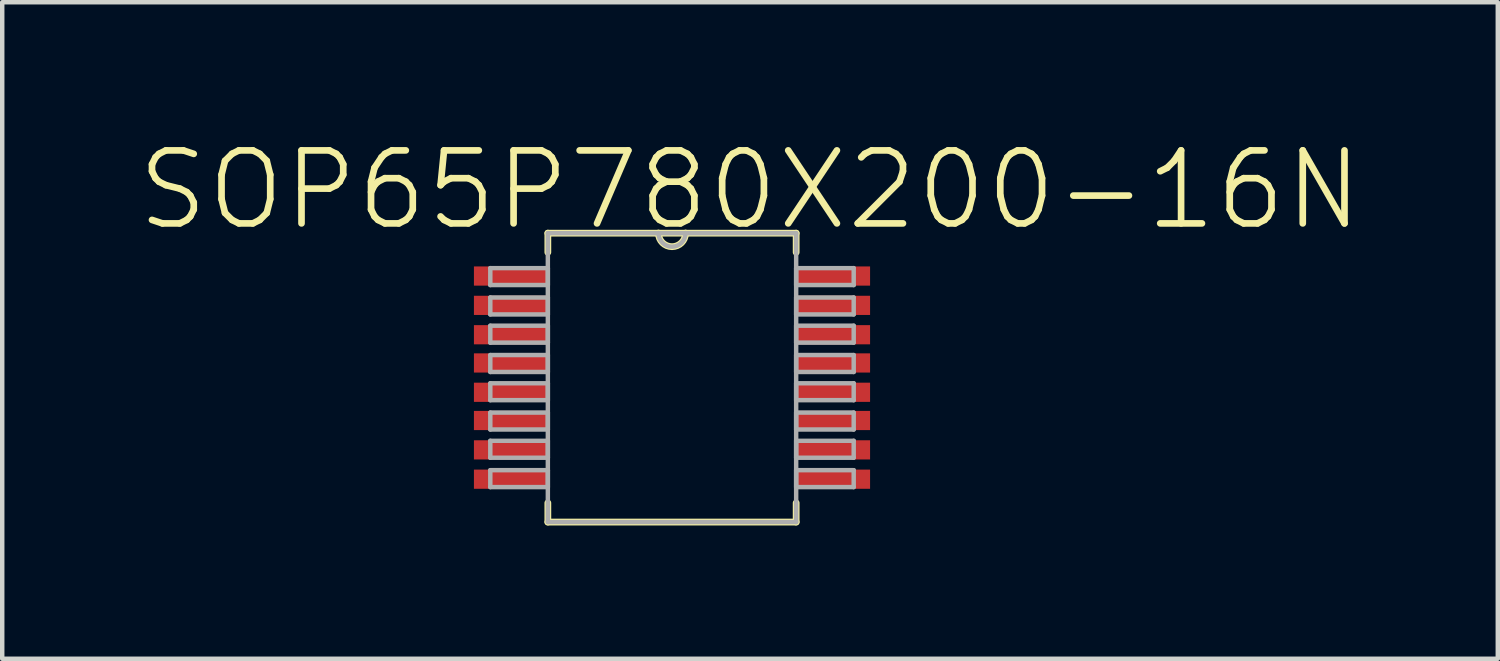
<source format=kicad_pcb>
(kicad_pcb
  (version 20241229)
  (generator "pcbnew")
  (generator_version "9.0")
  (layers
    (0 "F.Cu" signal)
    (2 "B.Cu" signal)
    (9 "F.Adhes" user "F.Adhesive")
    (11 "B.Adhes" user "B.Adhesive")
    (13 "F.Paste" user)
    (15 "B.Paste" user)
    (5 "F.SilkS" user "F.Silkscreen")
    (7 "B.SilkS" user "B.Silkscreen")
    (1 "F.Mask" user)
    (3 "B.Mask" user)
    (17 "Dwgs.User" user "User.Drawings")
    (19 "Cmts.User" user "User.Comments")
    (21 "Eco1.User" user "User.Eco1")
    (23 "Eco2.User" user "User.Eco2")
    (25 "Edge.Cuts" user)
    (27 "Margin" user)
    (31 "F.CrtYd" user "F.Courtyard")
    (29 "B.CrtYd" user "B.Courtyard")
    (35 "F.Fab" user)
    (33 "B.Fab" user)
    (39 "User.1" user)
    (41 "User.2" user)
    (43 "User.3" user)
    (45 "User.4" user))
  (footprint "SOP65P780X200-16N"
    (layer "F.Cu")
    (at 12.073 5.448)
    (property "Reference" "SOP65P780X200-16N" (at 1.755 -4.223 0) (layer "F.SilkS") (effects (font (size 1.643 1.643) (thickness 0.15))))
    (attr smd)
    (fp_line (start -2.794 -3.251) (end -2.794 -2.819) (stroke (width 0.152) (type solid)) (layer "F.SilkS"))
    (fp_line (start -2.794 2.819) (end -2.794 3.251) (stroke (width 0.152) (type solid)) (layer "F.SilkS"))
    (fp_line (start -2.794 3.251) (end 2.794 3.251) (stroke (width 0.152) (type solid)) (layer "F.SilkS"))
    (fp_line (start -0.305 -3.251) (end -2.794 -3.251) (stroke (width 0.152) (type solid)) (layer "F.SilkS"))
    (fp_line (start 0.305 -3.251) (end -0.305 -3.251) (stroke (width 0.152) (type solid)) (layer "F.SilkS"))
    (fp_line (start 2.794 -3.251) (end 0.305 -3.251) (stroke (width 0.152) (type solid)) (layer "F.SilkS"))
    (fp_line (start 2.794 -2.819) (end 2.794 -3.251) (stroke (width 0.152) (type solid)) (layer "F.SilkS"))
    (fp_line (start 2.794 3.251) (end 2.794 2.819) (stroke (width 0.152) (type solid)) (layer "F.SilkS"))
    (fp_arc (start 0.3048 -3.2512) (mid 0 -2.9464) (end -0.3048 -3.2512) (stroke (width 0.1524) (type solid)) (layer "F.SilkS"))
    (fp_line (start -4.089 -2.464) (end -4.089 -2.083) (stroke (width 0.1) (type solid)) (layer "F.Fab"))
    (fp_line (start -4.089 -2.083) (end -2.794 -2.083) (stroke (width 0.1) (type solid)) (layer "F.Fab"))
    (fp_line (start -4.089 -1.803) (end -4.089 -1.422) (stroke (width 0.1) (type solid)) (layer "F.Fab"))
    (fp_line (start -4.089 -1.422) (end -2.794 -1.422) (stroke (width 0.1) (type solid)) (layer "F.Fab"))
    (fp_line (start -4.089 -1.168) (end -4.089 -0.787) (stroke (width 0.1) (type solid)) (layer "F.Fab"))
    (fp_line (start -4.089 -0.787) (end -2.794 -0.787) (stroke (width 0.1) (type solid)) (layer "F.Fab"))
    (fp_line (start -4.089 -0.508) (end -4.089 -0.127) (stroke (width 0.1) (type solid)) (layer "F.Fab"))
    (fp_line (start -4.089 -0.127) (end -2.794 -0.127) (stroke (width 0.1) (type solid)) (layer "F.Fab"))
    (fp_line (start -4.089 0.127) (end -4.089 0.508) (stroke (width 0.1) (type solid)) (layer "F.Fab"))
    (fp_line (start -4.089 0.508) (end -2.794 0.508) (stroke (width 0.1) (type solid)) (layer "F.Fab"))
    (fp_line (start -4.089 0.787) (end -4.089 1.168) (stroke (width 0.1) (type solid)) (layer "F.Fab"))
    (fp_line (start -4.089 1.168) (end -2.794 1.168) (stroke (width 0.1) (type solid)) (layer "F.Fab"))
    (fp_line (start -4.089 1.422) (end -4.089 1.803) (stroke (width 0.1) (type solid)) (layer "F.Fab"))
    (fp_line (start -4.089 1.803) (end -2.794 1.803) (stroke (width 0.1) (type solid)) (layer "F.Fab"))
    (fp_line (start -4.089 2.083) (end -4.089 2.464) (stroke (width 0.1) (type solid)) (layer "F.Fab"))
    (fp_line (start -4.089 2.464) (end -2.794 2.464) (stroke (width 0.1) (type solid)) (layer "F.Fab"))
    (fp_line (start -2.794 -3.251) (end -2.794 3.251) (stroke (width 0.1) (type solid)) (layer "F.Fab"))
    (fp_line (start -2.794 -2.464) (end -4.089 -2.464) (stroke (width 0.1) (type solid)) (layer "F.Fab"))
    (fp_line (start -2.794 -2.083) (end -2.794 -2.464) (stroke (width 0.1) (type solid)) (layer "F.Fab"))
    (fp_line (start -2.794 -1.803) (end -4.089 -1.803) (stroke (width 0.1) (type solid)) (layer "F.Fab"))
    (fp_line (start -2.794 -1.422) (end -2.794 -1.803) (stroke (width 0.1) (type solid)) (layer "F.Fab"))
    (fp_line (start -2.794 -1.168) (end -4.089 -1.168) (stroke (width 0.1) (type solid)) (layer "F.Fab"))
    (fp_line (start -2.794 -0.787) (end -2.794 -1.168) (stroke (width 0.1) (type solid)) (layer "F.Fab"))
    (fp_line (start -2.794 -0.508) (end -4.089 -0.508) (stroke (width 0.1) (type solid)) (layer "F.Fab"))
    (fp_line (start -2.794 -0.127) (end -2.794 -0.508) (stroke (width 0.1) (type solid)) (layer "F.Fab"))
    (fp_line (start -2.794 0.127) (end -4.089 0.127) (stroke (width 0.1) (type solid)) (layer "F.Fab"))
    (fp_line (start -2.794 0.508) (end -2.794 0.127) (stroke (width 0.1) (type solid)) (layer "F.Fab"))
    (fp_line (start -2.794 0.787) (end -4.089 0.787) (stroke (width 0.1) (type solid)) (layer "F.Fab"))
    (fp_line (start -2.794 1.168) (end -2.794 0.787) (stroke (width 0.1) (type solid)) (layer "F.Fab"))
    (fp_line (start -2.794 1.422) (end -4.089 1.422) (stroke (width 0.1) (type solid)) (layer "F.Fab"))
    (fp_line (start -2.794 1.803) (end -2.794 1.422) (stroke (width 0.1) (type solid)) (layer "F.Fab"))
    (fp_line (start -2.794 2.083) (end -4.089 2.083) (stroke (width 0.1) (type solid)) (layer "F.Fab"))
    (fp_line (start -2.794 2.464) (end -2.794 2.083) (stroke (width 0.1) (type solid)) (layer "F.Fab"))
    (fp_line (start -2.794 3.251) (end 2.794 3.251) (stroke (width 0.1) (type solid)) (layer "F.Fab"))
    (fp_line (start -0.305 -3.251) (end -2.794 -3.251) (stroke (width 0.1) (type solid)) (layer "F.Fab"))
    (fp_line (start 0.305 -3.251) (end -0.305 -3.251) (stroke (width 0.1) (type solid)) (layer "F.Fab"))
    (fp_line (start 2.794 -3.251) (end 0.305 -3.251) (stroke (width 0.1) (type solid)) (layer "F.Fab"))
    (fp_line (start 2.794 -2.464) (end 2.794 -2.083) (stroke (width 0.1) (type solid)) (layer "F.Fab"))
    (fp_line (start 2.794 -2.083) (end 4.089 -2.083) (stroke (width 0.1) (type solid)) (layer "F.Fab"))
    (fp_line (start 2.794 -1.803) (end 2.794 -1.422) (stroke (width 0.1) (type solid)) (layer "F.Fab"))
    (fp_line (start 2.794 -1.422) (end 4.089 -1.422) (stroke (width 0.1) (type solid)) (layer "F.Fab"))
    (fp_line (start 2.794 -1.168) (end 2.794 -0.787) (stroke (width 0.1) (type solid)) (layer "F.Fab"))
    (fp_line (start 2.794 -0.787) (end 4.089 -0.787) (stroke (width 0.1) (type solid)) (layer "F.Fab"))
    (fp_line (start 2.794 -0.508) (end 2.794 -0.127) (stroke (width 0.1) (type solid)) (layer "F.Fab"))
    (fp_line (start 2.794 -0.127) (end 4.089 -0.127) (stroke (width 0.1) (type solid)) (layer "F.Fab"))
    (fp_line (start 2.794 0.127) (end 2.794 0.508) (stroke (width 0.1) (type solid)) (layer "F.Fab"))
    (fp_line (start 2.794 0.508) (end 4.089 0.508) (stroke (width 0.1) (type solid)) (layer "F.Fab"))
    (fp_line (start 2.794 0.787) (end 2.794 1.168) (stroke (width 0.1) (type solid)) (layer "F.Fab"))
    (fp_line (start 2.794 1.168) (end 4.089 1.168) (stroke (width 0.1) (type solid)) (layer "F.Fab"))
    (fp_line (start 2.794 1.422) (end 2.794 1.803) (stroke (width 0.1) (type solid)) (layer "F.Fab"))
    (fp_line (start 2.794 1.803) (end 4.089 1.803) (stroke (width 0.1) (type solid)) (layer "F.Fab"))
    (fp_line (start 2.794 2.083) (end 2.794 2.464) (stroke (width 0.1) (type solid)) (layer "F.Fab"))
    (fp_line (start 2.794 2.464) (end 4.089 2.464) (stroke (width 0.1) (type solid)) (layer "F.Fab"))
    (fp_line (start 2.794 3.251) (end 2.794 -3.251) (stroke (width 0.1) (type solid)) (layer "F.Fab"))
    (fp_line (start 4.089 -2.464) (end 2.794 -2.464) (stroke (width 0.1) (type solid)) (layer "F.Fab"))
    (fp_line (start 4.089 -2.083) (end 4.089 -2.464) (stroke (width 0.1) (type solid)) (layer "F.Fab"))
    (fp_line (start 4.089 -1.803) (end 2.794 -1.803) (stroke (width 0.1) (type solid)) (layer "F.Fab"))
    (fp_line (start 4.089 -1.422) (end 4.089 -1.803) (stroke (width 0.1) (type solid)) (layer "F.Fab"))
    (fp_line (start 4.089 -1.168) (end 2.794 -1.168) (stroke (width 0.1) (type solid)) (layer "F.Fab"))
    (fp_line (start 4.089 -0.787) (end 4.089 -1.168) (stroke (width 0.1) (type solid)) (layer "F.Fab"))
    (fp_line (start 4.089 -0.508) (end 2.794 -0.508) (stroke (width 0.1) (type solid)) (layer "F.Fab"))
    (fp_line (start 4.089 -0.127) (end 4.089 -0.508) (stroke (width 0.1) (type solid)) (layer "F.Fab"))
    (fp_line (start 4.089 0.127) (end 2.794 0.127) (stroke (width 0.1) (type solid)) (layer "F.Fab"))
    (fp_line (start 4.089 0.508) (end 4.089 0.127) (stroke (width 0.1) (type solid)) (layer "F.Fab"))
    (fp_line (start 4.089 0.787) (end 2.794 0.787) (stroke (width 0.1) (type solid)) (layer "F.Fab"))
    (fp_line (start 4.089 1.168) (end 4.089 0.787) (stroke (width 0.1) (type solid)) (layer "F.Fab"))
    (fp_line (start 4.089 1.422) (end 2.794 1.422) (stroke (width 0.1) (type solid)) (layer "F.Fab"))
    (fp_line (start 4.089 1.803) (end 4.089 1.422) (stroke (width 0.1) (type solid)) (layer "F.Fab"))
    (fp_line (start 4.089 2.083) (end 2.794 2.083) (stroke (width 0.1) (type solid)) (layer "F.Fab"))
    (fp_line (start 4.089 2.464) (end 4.089 2.083) (stroke (width 0.1) (type solid)) (layer "F.Fab"))
    (fp_arc (start 0.3048 -3.2512) (mid 0 -2.9464) (end -0.3048 -3.2512) (stroke (width 0.1) (type solid)) (layer "F.Fab"))
    (pad "1" smd rect (at -3.632 -2.286) (size 1.651 0.432) (layers "F.Cu" "F.Mask" "F.Paste"))
    (pad "2" smd rect (at -3.632 -1.626) (size 1.651 0.432) (layers "F.Cu" "F.Mask" "F.Paste"))
    (pad "3" smd rect (at -3.632 -0.965) (size 1.651 0.432) (layers "F.Cu" "F.Mask" "F.Paste"))
    (pad "4" smd rect (at -3.632 -0.33) (size 1.651 0.432) (layers "F.Cu" "F.Mask" "F.Paste"))
    (pad "5" smd rect (at -3.632 0.33) (size 1.651 0.432) (layers "F.Cu" "F.Mask" "F.Paste"))
    (pad "6" smd rect (at -3.632 0.965) (size 1.651 0.432) (layers "F.Cu" "F.Mask" "F.Paste"))
    (pad "7" smd rect (at -3.632 1.626) (size 1.651 0.432) (layers "F.Cu" "F.Mask" "F.Paste"))
    (pad "8" smd rect (at -3.632 2.286) (size 1.651 0.432) (layers "F.Cu" "F.Mask" "F.Paste"))
    (pad "9" smd rect (at 3.632 2.286) (size 1.651 0.432) (layers "F.Cu" "F.Mask" "F.Paste"))
    (pad "10" smd rect (at 3.632 1.626) (size 1.651 0.432) (layers "F.Cu" "F.Mask" "F.Paste"))
    (pad "11" smd rect (at 3.632 0.965) (size 1.651 0.432) (layers "F.Cu" "F.Mask" "F.Paste"))
    (pad "12" smd rect (at 3.632 0.33) (size 1.651 0.432) (layers "F.Cu" "F.Mask" "F.Paste"))
    (pad "13" smd rect (at 3.632 -0.33) (size 1.651 0.432) (layers "F.Cu" "F.Mask" "F.Paste"))
    (pad "14" smd rect (at 3.632 -0.965) (size 1.651 0.432) (layers "F.Cu" "F.Mask" "F.Paste"))
    (pad "15" smd rect (at 3.632 -1.626) (size 1.651 0.432) (layers "F.Cu" "F.Mask" "F.Paste"))
    (pad "16" smd rect (at 3.632 -2.286) (size 1.651 0.432) (layers "F.Cu" "F.Mask" "F.Paste")))
  (gr_rect
    (start -3 -3)
    (end 30.657 11.775)
    (stroke (width 0.1) (type default))
    (fill no)
    (layer "Edge.Cuts")))
</source>
